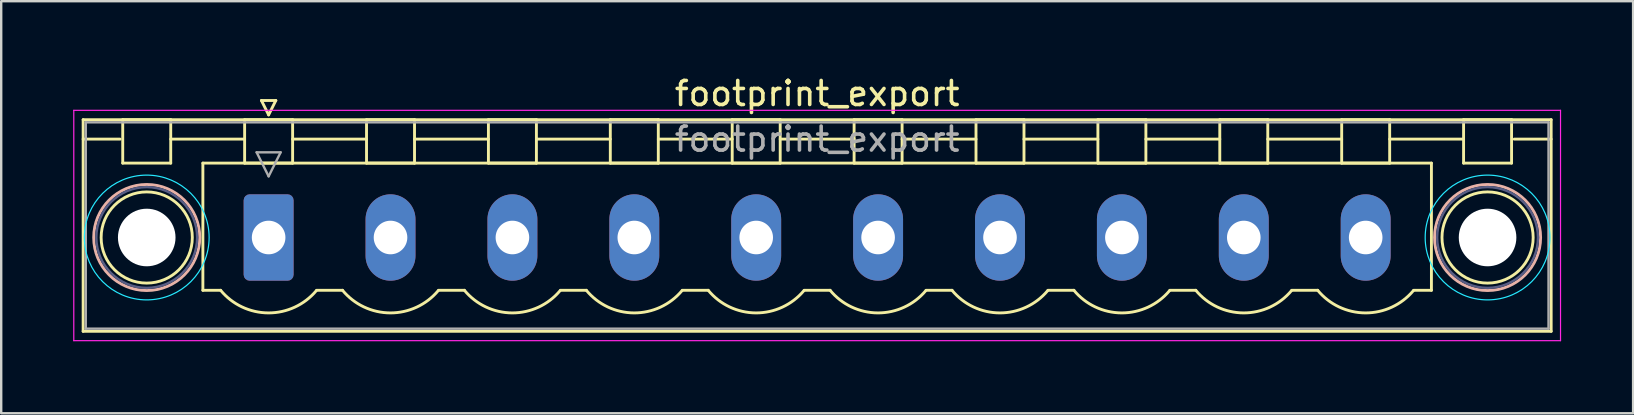
<source format=kicad_pcb>
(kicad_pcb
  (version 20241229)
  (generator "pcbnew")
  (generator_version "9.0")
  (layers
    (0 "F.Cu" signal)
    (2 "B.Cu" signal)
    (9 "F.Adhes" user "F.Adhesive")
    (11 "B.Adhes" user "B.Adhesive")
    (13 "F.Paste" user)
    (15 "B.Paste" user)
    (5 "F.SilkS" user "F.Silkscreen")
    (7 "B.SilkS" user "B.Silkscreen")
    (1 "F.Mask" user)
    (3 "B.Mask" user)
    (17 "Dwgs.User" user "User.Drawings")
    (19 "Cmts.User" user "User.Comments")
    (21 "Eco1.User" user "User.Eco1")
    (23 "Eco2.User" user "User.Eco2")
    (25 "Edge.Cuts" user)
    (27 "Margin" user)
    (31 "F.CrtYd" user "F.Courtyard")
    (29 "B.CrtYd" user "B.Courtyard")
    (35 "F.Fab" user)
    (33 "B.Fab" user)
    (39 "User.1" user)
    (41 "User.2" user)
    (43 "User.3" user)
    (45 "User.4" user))
  (footprint "footprint_export"
    (layer "F.Cu")
    (at 8.145 6.848)
    (property "Reference" "footprint_export" (at 22.86 -6 0) (layer "F.SilkS") (effects (font (size 1 1) (thickness 0.15))))
    (attr through_hole)
    (fp_line (start -7.73 -4.91) (end -7.73 3.91) (stroke (width 0.12) (type solid)) (layer "F.SilkS"))
    (fp_line (start -7.73 -4.1) (end -6.19 -4.1) (stroke (width 0.12) (type solid)) (layer "F.SilkS"))
    (fp_line (start -7.73 3.91) (end 53.45 3.91) (stroke (width 0.12) (type solid)) (layer "F.SilkS"))
    (fp_line (start -6.08 -4.91) (end -4.08 -4.91) (stroke (width 0.12) (type solid)) (layer "F.SilkS"))
    (fp_line (start -6.08 -3.1) (end -6.08 -4.91) (stroke (width 0.12) (type solid)) (layer "F.SilkS"))
    (fp_line (start -4.08 -4.91) (end -4.08 -3.1) (stroke (width 0.12) (type solid)) (layer "F.SilkS"))
    (fp_line (start -4.08 -4.1) (end -1 -4.1) (stroke (width 0.12) (type solid)) (layer "F.SilkS"))
    (fp_line (start -4.08 -3.1) (end -6.08 -3.1) (stroke (width 0.12) (type solid)) (layer "F.SilkS"))
    (fp_line (start -2.74 -3.1) (end 48.46 -3.1) (stroke (width 0.12) (type solid)) (layer "F.SilkS"))
    (fp_line (start -2.74 2.2) (end -2.74 -3.1) (stroke (width 0.12) (type solid)) (layer "F.SilkS"))
    (fp_line (start -2 2.2) (end -2.74 2.2) (stroke (width 0.12) (type solid)) (layer "F.SilkS"))
    (fp_line (start -1 -4.91) (end 1 -4.91) (stroke (width 0.12) (type solid)) (layer "F.SilkS"))
    (fp_line (start -1 -3.1) (end -1 -4.91) (stroke (width 0.12) (type solid)) (layer "F.SilkS"))
    (fp_line (start -0.3 -5.71) (end 0.3 -5.71) (stroke (width 0.12) (type solid)) (layer "F.SilkS"))
    (fp_line (start 0 -5.11) (end -0.3 -5.71) (stroke (width 0.12) (type solid)) (layer "F.SilkS"))
    (fp_line (start 0.3 -5.71) (end 0 -5.11) (stroke (width 0.12) (type solid)) (layer "F.SilkS"))
    (fp_line (start 1 -4.91) (end 1 -3.1) (stroke (width 0.12) (type solid)) (layer "F.SilkS"))
    (fp_line (start 1 -4.1) (end 4.08 -4.1) (stroke (width 0.12) (type solid)) (layer "F.SilkS"))
    (fp_line (start 1 -3.1) (end -1 -3.1) (stroke (width 0.12) (type solid)) (layer "F.SilkS"))
    (fp_line (start 2 2.2) (end 3.08 2.2) (stroke (width 0.12) (type solid)) (layer "F.SilkS"))
    (fp_line (start 4.08 -4.91) (end 6.08 -4.91) (stroke (width 0.12) (type solid)) (layer "F.SilkS"))
    (fp_line (start 4.08 -3.1) (end 4.08 -4.91) (stroke (width 0.12) (type solid)) (layer "F.SilkS"))
    (fp_line (start 6.08 -4.91) (end 6.08 -3.1) (stroke (width 0.12) (type solid)) (layer "F.SilkS"))
    (fp_line (start 6.08 -4.1) (end 9.16 -4.1) (stroke (width 0.12) (type solid)) (layer "F.SilkS"))
    (fp_line (start 6.08 -3.1) (end 4.08 -3.1) (stroke (width 0.12) (type solid)) (layer "F.SilkS"))
    (fp_line (start 7.08 2.2) (end 8.16 2.2) (stroke (width 0.12) (type solid)) (layer "F.SilkS"))
    (fp_line (start 9.16 -4.91) (end 11.16 -4.91) (stroke (width 0.12) (type solid)) (layer "F.SilkS"))
    (fp_line (start 9.16 -3.1) (end 9.16 -4.91) (stroke (width 0.12) (type solid)) (layer "F.SilkS"))
    (fp_line (start 11.16 -4.91) (end 11.16 -3.1) (stroke (width 0.12) (type solid)) (layer "F.SilkS"))
    (fp_line (start 11.16 -4.1) (end 14.24 -4.1) (stroke (width 0.12) (type solid)) (layer "F.SilkS"))
    (fp_line (start 11.16 -3.1) (end 9.16 -3.1) (stroke (width 0.12) (type solid)) (layer "F.SilkS"))
    (fp_line (start 12.16 2.2) (end 13.24 2.2) (stroke (width 0.12) (type solid)) (layer "F.SilkS"))
    (fp_line (start 14.24 -4.91) (end 16.24 -4.91) (stroke (width 0.12) (type solid)) (layer "F.SilkS"))
    (fp_line (start 14.24 -3.1) (end 14.24 -4.91) (stroke (width 0.12) (type solid)) (layer "F.SilkS"))
    (fp_line (start 16.24 -4.91) (end 16.24 -3.1) (stroke (width 0.12) (type solid)) (layer "F.SilkS"))
    (fp_line (start 16.24 -4.1) (end 19.32 -4.1) (stroke (width 0.12) (type solid)) (layer "F.SilkS"))
    (fp_line (start 16.24 -3.1) (end 14.24 -3.1) (stroke (width 0.12) (type solid)) (layer "F.SilkS"))
    (fp_line (start 17.24 2.2) (end 18.32 2.2) (stroke (width 0.12) (type solid)) (layer "F.SilkS"))
    (fp_line (start 19.32 -4.91) (end 21.32 -4.91) (stroke (width 0.12) (type solid)) (layer "F.SilkS"))
    (fp_line (start 19.32 -3.1) (end 19.32 -4.91) (stroke (width 0.12) (type solid)) (layer "F.SilkS"))
    (fp_line (start 21.32 -4.91) (end 21.32 -3.1) (stroke (width 0.12) (type solid)) (layer "F.SilkS"))
    (fp_line (start 21.32 -4.1) (end 24.4 -4.1) (stroke (width 0.12) (type solid)) (layer "F.SilkS"))
    (fp_line (start 21.32 -3.1) (end 19.32 -3.1) (stroke (width 0.12) (type solid)) (layer "F.SilkS"))
    (fp_line (start 22.32 2.2) (end 23.4 2.2) (stroke (width 0.12) (type solid)) (layer "F.SilkS"))
    (fp_line (start 24.4 -4.91) (end 26.4 -4.91) (stroke (width 0.12) (type solid)) (layer "F.SilkS"))
    (fp_line (start 24.4 -3.1) (end 24.4 -4.91) (stroke (width 0.12) (type solid)) (layer "F.SilkS"))
    (fp_line (start 26.4 -4.91) (end 26.4 -3.1) (stroke (width 0.12) (type solid)) (layer "F.SilkS"))
    (fp_line (start 26.4 -4.1) (end 29.48 -4.1) (stroke (width 0.12) (type solid)) (layer "F.SilkS"))
    (fp_line (start 26.4 -3.1) (end 24.4 -3.1) (stroke (width 0.12) (type solid)) (layer "F.SilkS"))
    (fp_line (start 27.4 2.2) (end 28.48 2.2) (stroke (width 0.12) (type solid)) (layer "F.SilkS"))
    (fp_line (start 29.48 -4.91) (end 31.48 -4.91) (stroke (width 0.12) (type solid)) (layer "F.SilkS"))
    (fp_line (start 29.48 -3.1) (end 29.48 -4.91) (stroke (width 0.12) (type solid)) (layer "F.SilkS"))
    (fp_line (start 31.48 -4.91) (end 31.48 -3.1) (stroke (width 0.12) (type solid)) (layer "F.SilkS"))
    (fp_line (start 31.48 -4.1) (end 34.56 -4.1) (stroke (width 0.12) (type solid)) (layer "F.SilkS"))
    (fp_line (start 31.48 -3.1) (end 29.48 -3.1) (stroke (width 0.12) (type solid)) (layer "F.SilkS"))
    (fp_line (start 32.48 2.2) (end 33.56 2.2) (stroke (width 0.12) (type solid)) (layer "F.SilkS"))
    (fp_line (start 34.56 -4.91) (end 36.56 -4.91) (stroke (width 0.12) (type solid)) (layer "F.SilkS"))
    (fp_line (start 34.56 -3.1) (end 34.56 -4.91) (stroke (width 0.12) (type solid)) (layer "F.SilkS"))
    (fp_line (start 36.56 -4.91) (end 36.56 -3.1) (stroke (width 0.12) (type solid)) (layer "F.SilkS"))
    (fp_line (start 36.56 -4.1) (end 39.64 -4.1) (stroke (width 0.12) (type solid)) (layer "F.SilkS"))
    (fp_line (start 36.56 -3.1) (end 34.56 -3.1) (stroke (width 0.12) (type solid)) (layer "F.SilkS"))
    (fp_line (start 37.56 2.2) (end 38.64 2.2) (stroke (width 0.12) (type solid)) (layer "F.SilkS"))
    (fp_line (start 39.64 -4.91) (end 41.64 -4.91) (stroke (width 0.12) (type solid)) (layer "F.SilkS"))
    (fp_line (start 39.64 -3.1) (end 39.64 -4.91) (stroke (width 0.12) (type solid)) (layer "F.SilkS"))
    (fp_line (start 41.64 -4.91) (end 41.64 -3.1) (stroke (width 0.12) (type solid)) (layer "F.SilkS"))
    (fp_line (start 41.64 -4.1) (end 44.72 -4.1) (stroke (width 0.12) (type solid)) (layer "F.SilkS"))
    (fp_line (start 41.64 -3.1) (end 39.64 -3.1) (stroke (width 0.12) (type solid)) (layer "F.SilkS"))
    (fp_line (start 42.64 2.2) (end 43.72 2.2) (stroke (width 0.12) (type solid)) (layer "F.SilkS"))
    (fp_line (start 44.72 -4.91) (end 46.72 -4.91) (stroke (width 0.12) (type solid)) (layer "F.SilkS"))
    (fp_line (start 44.72 -3.1) (end 44.72 -4.91) (stroke (width 0.12) (type solid)) (layer "F.SilkS"))
    (fp_line (start 46.72 -4.91) (end 46.72 -3.1) (stroke (width 0.12) (type solid)) (layer "F.SilkS"))
    (fp_line (start 46.72 -4.1) (end 49.8 -4.1) (stroke (width 0.12) (type solid)) (layer "F.SilkS"))
    (fp_line (start 46.72 -3.1) (end 44.72 -3.1) (stroke (width 0.12) (type solid)) (layer "F.SilkS"))
    (fp_line (start 48.46 -3.1) (end 48.46 2.2) (stroke (width 0.12) (type solid)) (layer "F.SilkS"))
    (fp_line (start 48.46 2.2) (end 47.72 2.2) (stroke (width 0.12) (type solid)) (layer "F.SilkS"))
    (fp_line (start 49.8 -4.91) (end 51.8 -4.91) (stroke (width 0.12) (type solid)) (layer "F.SilkS"))
    (fp_line (start 49.8 -3.1) (end 49.8 -4.91) (stroke (width 0.12) (type solid)) (layer "F.SilkS"))
    (fp_line (start 51.8 -4.91) (end 51.8 -3.1) (stroke (width 0.12) (type solid)) (layer "F.SilkS"))
    (fp_line (start 51.8 -3.1) (end 49.8 -3.1) (stroke (width 0.12) (type solid)) (layer "F.SilkS"))
    (fp_line (start 53.45 -4.91) (end -7.73 -4.91) (stroke (width 0.12) (type solid)) (layer "F.SilkS"))
    (fp_line (start 53.45 -4.1) (end 51.91 -4.1) (stroke (width 0.12) (type solid)) (layer "F.SilkS"))
    (fp_line (start 53.45 3.91) (end 53.45 -4.91) (stroke (width 0.12) (type solid)) (layer "F.SilkS"))
    (fp_arc (start 1.986842 2.215821) (mid -0.010289 3.142758) (end -2 2.2) (stroke (width 0.12) (type solid)) (layer "F.SilkS"))
    (fp_arc (start 7.066842 2.215821) (mid 5.069711 3.142758) (end 3.08 2.2) (stroke (width 0.12) (type solid)) (layer "F.SilkS"))
    (fp_arc (start 12.146842 2.215821) (mid 10.149711 3.142758) (end 8.16 2.2) (stroke (width 0.12) (type solid)) (layer "F.SilkS"))
    (fp_arc (start 17.226842 2.215821) (mid 15.229711 3.142758) (end 13.24 2.2) (stroke (width 0.12) (type solid)) (layer "F.SilkS"))
    (fp_arc (start 22.306842 2.215821) (mid 20.309711 3.142758) (end 18.32 2.2) (stroke (width 0.12) (type solid)) (layer "F.SilkS"))
    (fp_arc (start 27.386842 2.215821) (mid 25.389711 3.142758) (end 23.4 2.2) (stroke (width 0.12) (type solid)) (layer "F.SilkS"))
    (fp_arc (start 32.466842 2.215821) (mid 30.469711 3.142758) (end 28.48 2.2) (stroke (width 0.12) (type solid)) (layer "F.SilkS"))
    (fp_arc (start 37.546842 2.215821) (mid 35.549711 3.142758) (end 33.56 2.2) (stroke (width 0.12) (type solid)) (layer "F.SilkS"))
    (fp_arc (start 42.626842 2.215821) (mid 40.629711 3.142758) (end 38.64 2.2) (stroke (width 0.12) (type solid)) (layer "F.SilkS"))
    (fp_arc (start 47.706842 2.215821) (mid 45.709711 3.142758) (end 43.72 2.2) (stroke (width 0.12) (type solid)) (layer "F.SilkS"))
    (fp_circle (center -5.08 0) (end -3.18 0) (stroke (width 0.12) (type solid)) (fill no) (layer "F.SilkS"))
    (fp_circle (center 50.8 0) (end 52.7 0) (stroke (width 0.12) (type solid)) (fill no) (layer "F.SilkS"))
    (fp_circle (center -5.08 0) (end -2.87 0) (stroke (width 0.12) (type solid)) (fill no) (layer "B.SilkS"))
    (fp_circle (center 50.8 0) (end 53.01 0) (stroke (width 0.12) (type solid)) (fill no) (layer "B.SilkS"))
    (fp_circle (center -5.08 0) (end -2.48 0) (stroke (width 0.05) (type solid)) (fill no) (layer "B.CrtYd"))
    (fp_circle (center 50.8 0) (end 53.4 0) (stroke (width 0.05) (type solid)) (fill no) (layer "B.CrtYd"))
    (fp_line (start -8.12 -5.3) (end -8.12 4.3) (stroke (width 0.05) (type solid)) (layer "F.CrtYd"))
    (fp_line (start -8.12 4.3) (end 53.84 4.3) (stroke (width 0.05) (type solid)) (layer "F.CrtYd"))
    (fp_line (start 53.84 -5.3) (end -8.12 -5.3) (stroke (width 0.05) (type solid)) (layer "F.CrtYd"))
    (fp_line (start 53.84 4.3) (end 53.84 -5.3) (stroke (width 0.05) (type solid)) (layer "F.CrtYd"))
    (fp_circle (center -5.08 0) (end -2.98 0) (stroke (width 0.1) (type solid)) (fill no) (layer "B.Fab"))
    (fp_circle (center 50.8 0) (end 52.9 0) (stroke (width 0.1) (type solid)) (fill no) (layer "B.Fab"))
    (fp_line (start -7.62 -4.8) (end -7.62 3.8) (stroke (width 0.1) (type solid)) (layer "F.Fab"))
    (fp_line (start -7.62 3.8) (end 53.34 3.8) (stroke (width 0.1) (type solid)) (layer "F.Fab"))
    (fp_line (start -0.5 -3.55) (end 0.5 -3.55) (stroke (width 0.1) (type solid)) (layer "F.Fab"))
    (fp_line (start 0 -2.55) (end -0.5 -3.55) (stroke (width 0.1) (type solid)) (layer "F.Fab"))
    (fp_line (start 0.5 -3.55) (end 0 -2.55) (stroke (width 0.1) (type solid)) (layer "F.Fab"))
    (fp_line (start 53.34 -4.8) (end -7.62 -4.8) (stroke (width 0.1) (type solid)) (layer "F.Fab"))
    (fp_line (start 53.34 3.8) (end 53.34 -4.8) (stroke (width 0.1) (type solid)) (layer "F.Fab"))
    (fp_text user "${REFERENCE}" (at 22.86 -4.1 0) (layer "F.Fab") (effects (font (size 1 1) (thickness 0.15))))
    (pad "" np_thru_hole circle (at -5.08 0) (size 2.4 2.4) (drill 2.4) (layers "*.Cu" "*.Mask"))
    (pad "" np_thru_hole circle (at 50.8 0) (size 2.4 2.4) (drill 2.4) (layers "*.Cu" "*.Mask"))
    (pad "1" thru_hole roundrect (at 0 0) (size 2.08 3.6) (drill 1.4) (layers "*.Cu" "*.Mask") (roundrect_rratio 0.12))
    (pad "2" thru_hole oval (at 5.08 0) (size 2.08 3.6) (drill 1.4) (layers "*.Cu" "*.Mask"))
    (pad "3" thru_hole oval (at 10.16 0) (size 2.08 3.6) (drill 1.4) (layers "*.Cu" "*.Mask"))
    (pad "4" thru_hole oval (at 15.24 0) (size 2.08 3.6) (drill 1.4) (layers "*.Cu" "*.Mask"))
    (pad "5" thru_hole oval (at 20.32 0) (size 2.08 3.6) (drill 1.4) (layers "*.Cu" "*.Mask"))
    (pad "6" thru_hole oval (at 25.4 0) (size 2.08 3.6) (drill 1.4) (layers "*.Cu" "*.Mask"))
    (pad "7" thru_hole oval (at 30.48 0) (size 2.08 3.6) (drill 1.4) (layers "*.Cu" "*.Mask"))
    (pad "8" thru_hole oval (at 35.56 0) (size 2.08 3.6) (drill 1.4) (layers "*.Cu" "*.Mask"))
    (pad "9" thru_hole oval (at 40.64 0) (size 2.08 3.6) (drill 1.4) (layers "*.Cu" "*.Mask"))
    (pad "10" thru_hole oval (at 45.72 0) (size 2.08 3.6) (drill 1.4) (layers "*.Cu" "*.Mask")))
  (gr_rect
    (start -3 -3)
    (end 65.01 14.173)
    (stroke (width 0.1) (type default))
    (fill no)
    (layer "Edge.Cuts")))
</source>
